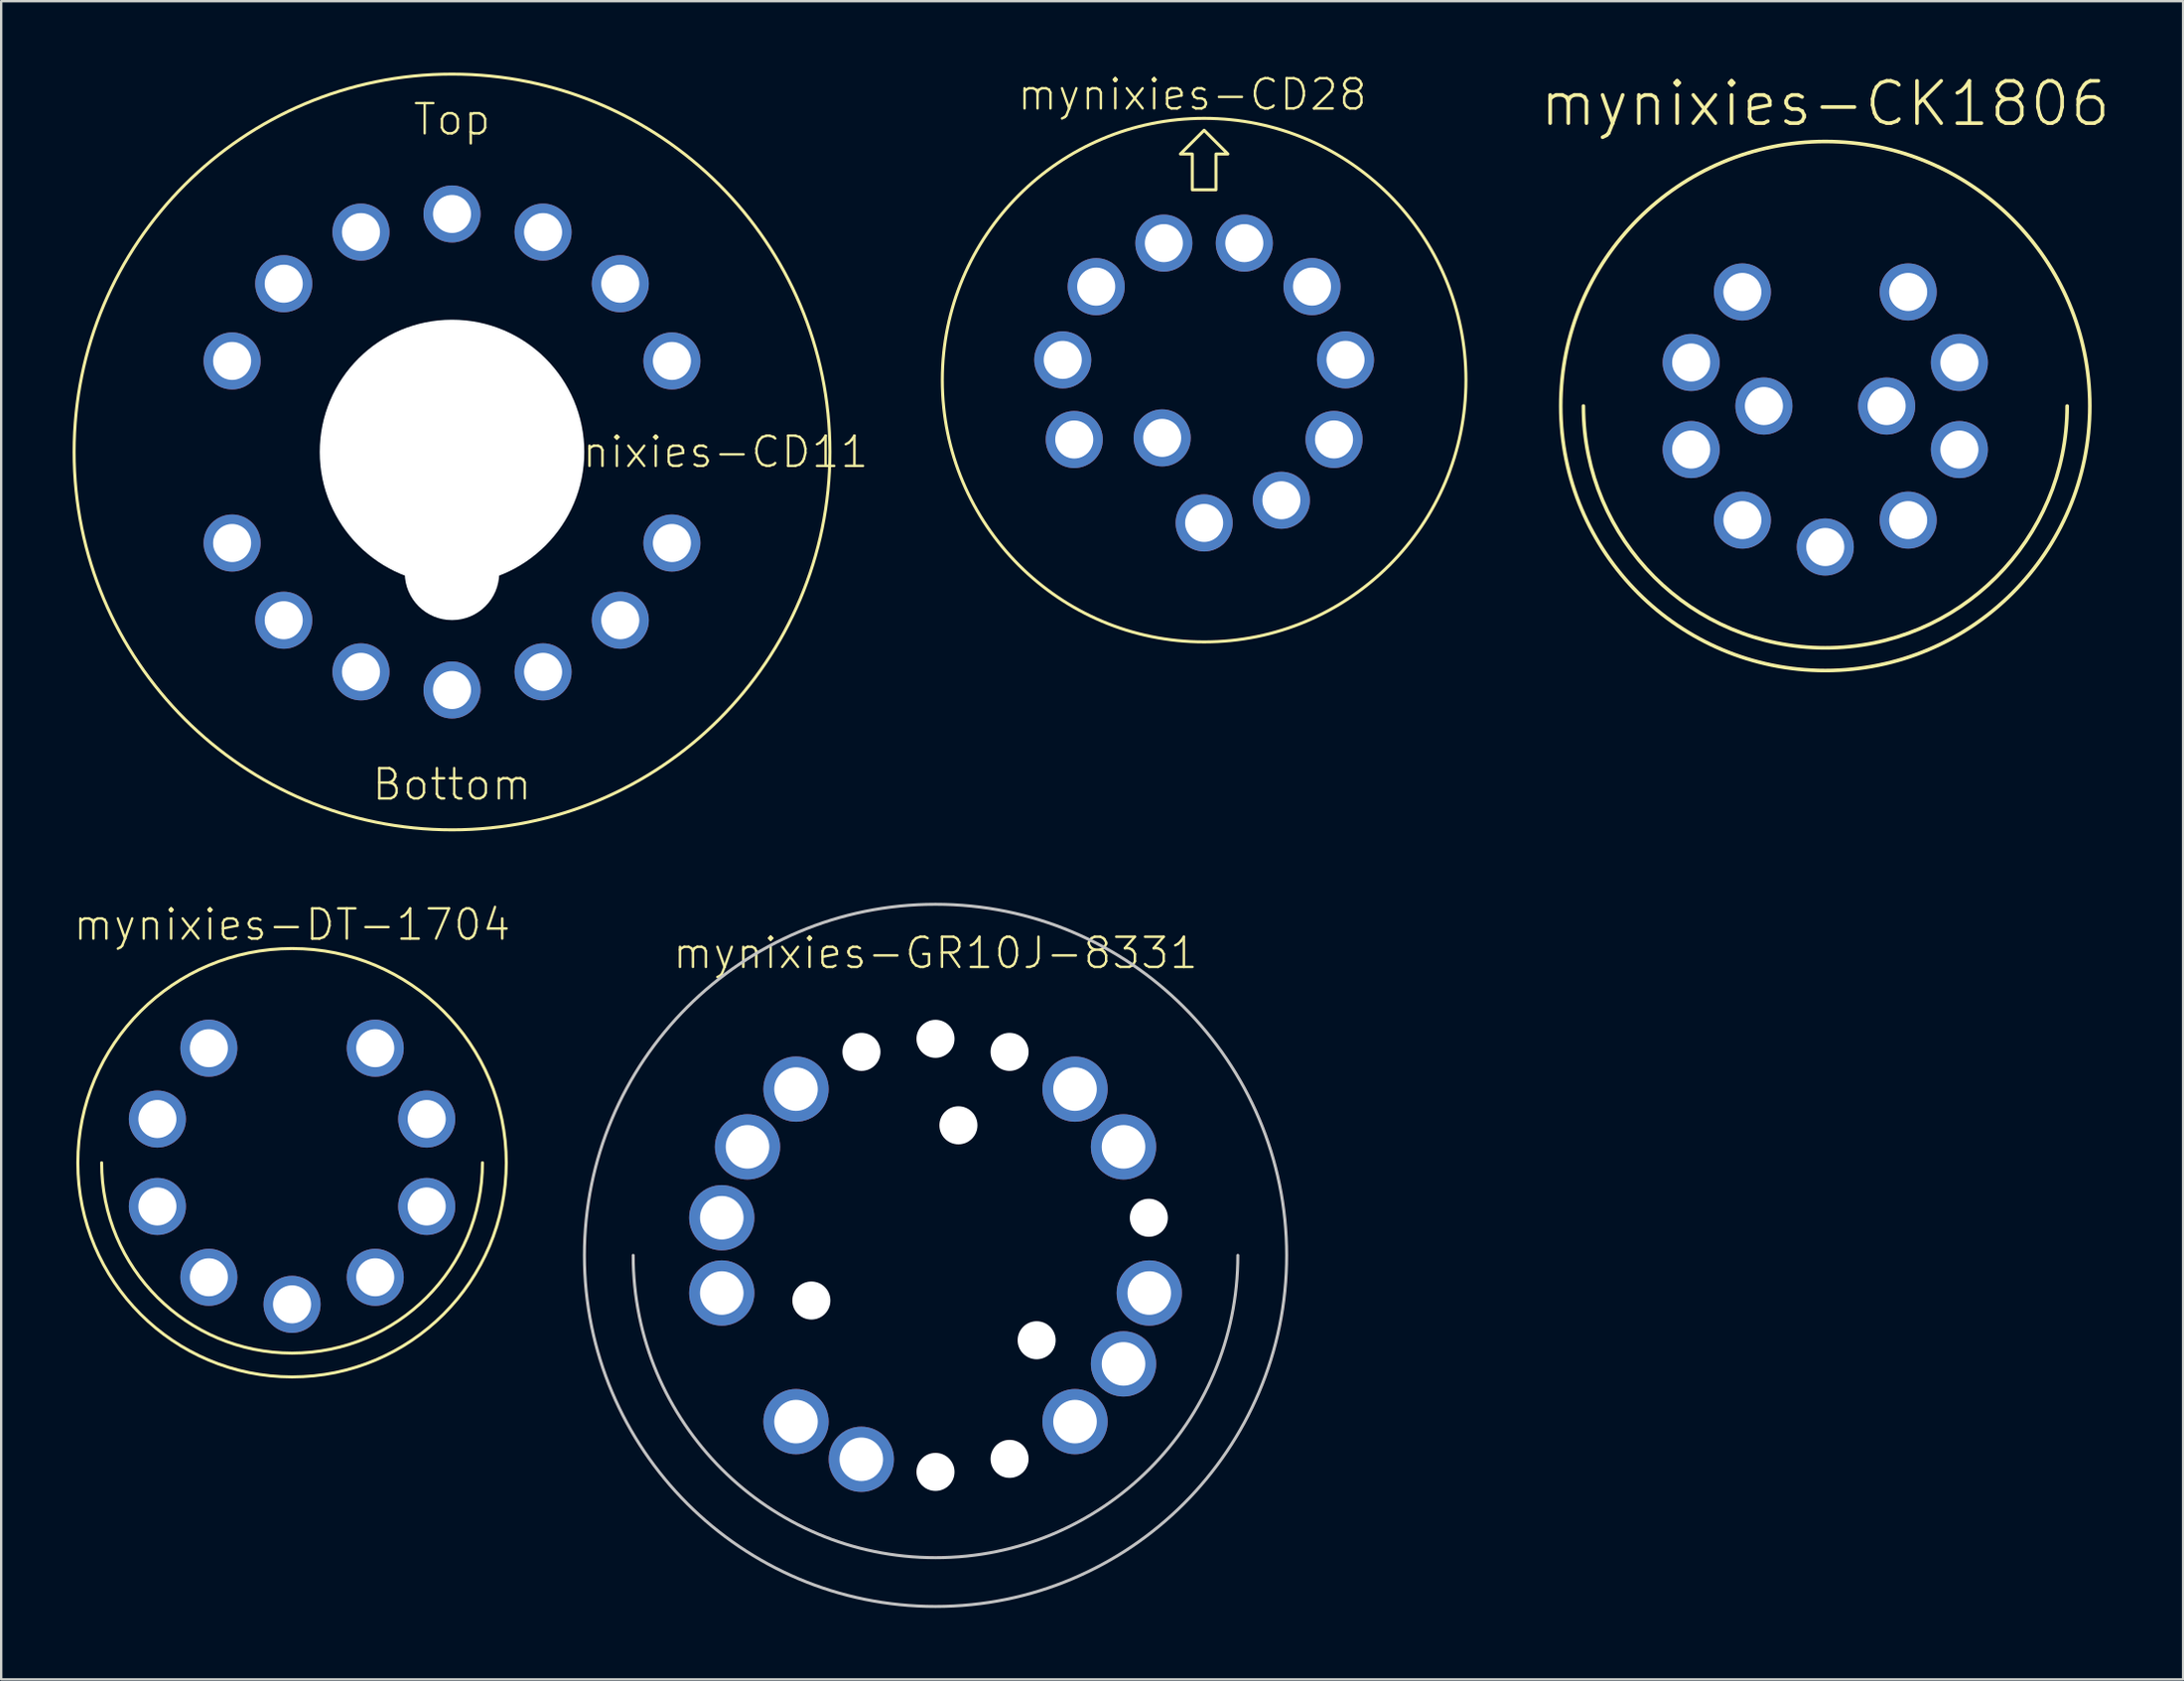
<source format=kicad_pcb>
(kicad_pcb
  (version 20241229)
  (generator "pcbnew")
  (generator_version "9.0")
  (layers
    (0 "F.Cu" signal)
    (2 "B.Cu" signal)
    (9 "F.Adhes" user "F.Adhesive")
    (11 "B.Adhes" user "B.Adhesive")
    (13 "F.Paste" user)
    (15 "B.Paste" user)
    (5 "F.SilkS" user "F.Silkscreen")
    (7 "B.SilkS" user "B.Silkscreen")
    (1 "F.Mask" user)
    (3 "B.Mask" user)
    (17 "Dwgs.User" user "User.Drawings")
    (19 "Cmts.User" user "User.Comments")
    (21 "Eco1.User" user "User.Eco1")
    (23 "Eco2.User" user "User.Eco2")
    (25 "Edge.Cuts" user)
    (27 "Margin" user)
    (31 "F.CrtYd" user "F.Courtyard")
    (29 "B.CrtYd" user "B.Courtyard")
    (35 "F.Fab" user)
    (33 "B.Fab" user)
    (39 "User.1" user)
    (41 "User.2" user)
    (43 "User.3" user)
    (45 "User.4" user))
  (footprint "mynixies-DT-1704"
    (layer "F.Cu")
    (at 9.218 45.798)
    (property "Reference" "mynixies-DT-1704" (at 0 -10 0) (layer "F.SilkS") (effects (font (size 1.27 1.27) (thickness 0.102))))
    (attr exclude_from_pos_files exclude_from_bom)
    (fp_arc (start 7.99846 0) (mid 0 7.99846) (end -7.99846 0) (stroke (width 0.127) (type solid)) (layer "F.SilkS"))
    (fp_circle (center 0 0) (end 0 -8.999) (stroke (width 0.127) (type solid)) (fill no) (layer "F.SilkS"))
    (pad "1" thru_hole circle (at -3.495 -4.813) (size 2.398 2.398) (drill 1.598) (layers "*.Cu" "*.Mask"))
    (pad "2" thru_hole circle (at -5.657 -1.836) (size 2.398 2.398) (drill 1.598) (layers "*.Cu" "*.Mask"))
    (pad "3" thru_hole circle (at -5.657 1.836) (size 2.398 2.398) (drill 1.598) (layers "*.Cu" "*.Mask"))
    (pad "4" thru_hole circle (at -3.495 4.813) (size 2.398 2.398) (drill 1.598) (layers "*.Cu" "*.Mask"))
    (pad "5" thru_hole circle (at 0 5.949) (size 2.398 2.398) (drill 1.598) (layers "*.Cu" "*.Mask"))
    (pad "6" thru_hole circle (at 3.495 4.813) (size 2.398 2.398) (drill 1.598) (layers "*.Cu" "*.Mask"))
    (pad "7" thru_hole circle (at 5.657 1.836) (size 2.398 2.398) (drill 1.598) (layers "*.Cu" "*.Mask"))
    (pad "8" thru_hole circle (at 5.657 -1.836) (size 2.398 2.398) (drill 1.598) (layers "*.Cu" "*.Mask"))
    (pad "9" thru_hole circle (at 3.495 -4.813) (size 2.398 2.398) (drill 1.598) (layers "*.Cu" "*.Mask")))
  (footprint "mynixies-CK1806"
    (layer "F.Cu")
    (at 73.626 14.008)
    (property "Reference" "mynixies-CK1806" (at 0 -12.7 0) (layer "F.SilkS") (effects (font (size 1.778 1.778) (thickness 0.152))))
    (attr exclude_from_pos_files exclude_from_bom)
    (fp_arc (start 10.16 0) (mid 0 10.16) (end -10.16 0) (stroke (width 0.1524) (type solid)) (layer "F.SilkS"))
    (fp_circle (center 0 0) (end 0 -11.113) (stroke (width 0.152) (type solid)) (fill no) (layer "F.SilkS"))
    (pad "P$1" thru_hole circle (at -3.482 -4.793) (size 2.398 2.398) (drill 1.598) (layers "*.Cu" "*.Mask"))
    (pad "P$2" thru_hole circle (at -5.634 -1.829) (size 2.398 2.398) (drill 1.598) (layers "*.Cu" "*.Mask"))
    (pad "P$3" thru_hole circle (at -5.634 1.829) (size 2.398 2.398) (drill 1.598) (layers "*.Cu" "*.Mask"))
    (pad "P$4" thru_hole circle (at -3.482 4.793) (size 2.398 2.398) (drill 1.598) (layers "*.Cu" "*.Mask"))
    (pad "P$5" thru_hole circle (at 0 5.923) (size 2.398 2.398) (drill 1.598) (layers "*.Cu" "*.Mask"))
    (pad "P$6" thru_hole circle (at 3.482 4.793) (size 2.398 2.398) (drill 1.598) (layers "*.Cu" "*.Mask"))
    (pad "P$7" thru_hole circle (at 5.634 1.829) (size 2.398 2.398) (drill 1.598) (layers "*.Cu" "*.Mask"))
    (pad "P$8" thru_hole circle (at 5.634 -1.829) (size 2.398 2.398) (drill 1.598) (layers "*.Cu" "*.Mask"))
    (pad "P$9" thru_hole circle (at 3.482 -4.793) (size 2.398 2.398) (drill 1.598) (layers "*.Cu" "*.Mask"))
    (pad "P$10" thru_hole circle (at -2.578 0) (size 2.398 2.398) (drill 1.598) (layers "*.Cu" "*.Mask"))
    (pad "P$11" thru_hole circle (at 2.578 0) (size 2.398 2.398) (drill 1.598) (layers "*.Cu" "*.Mask")))
  (footprint "mynixies-CD11"
    (layer "F.Cu")
    (at 15.938 15.938)
    (property "Reference" "mynixies-CD11" (at 10.16 0 0) (layer "F.SilkS") (effects (font (size 1.27 1.27) (thickness 0.102))))
    (attr exclude_from_pos_files exclude_from_bom)
    (fp_circle (center 0 0) (end 0 -15.875) (stroke (width 0.127) (type solid)) (fill no) (layer "F.SilkS"))
    (fp_text user "Top" (at 0 -13.97 0) (layer "F.SilkS") (effects (font (size 1.27 1.27) (thickness 0.102))))
    (fp_text user "Bottom" (at 0 13.97 0) (layer "F.SilkS") (effects (font (size 1.27 1.27) (thickness 0.102))))
    (pad "" np_thru_hole circle (at 0 0) (size 11.113 11.113) (drill 11.113) (layers "*.Cu" "*.Mask"))
    (pad "" np_thru_hole circle (at 0 5.08) (size 3.967 3.967) (drill 3.967) (layers "*.Cu" "*.Mask"))
    (pad "0" thru_hole circle (at -3.825 -9.238) (size 2.398 2.398) (drill 1.598) (layers "*.Cu" "*.Mask"))
    (pad "1" thru_hole circle (at -9.238 3.825) (size 2.398 2.398) (drill 1.598) (layers "*.Cu" "*.Mask"))
    (pad "2" thru_hole circle (at -7.069 7.069) (size 2.398 2.398) (drill 1.598) (layers "*.Cu" "*.Mask"))
    (pad "3" thru_hole circle (at -3.825 9.238) (size 2.398 2.398) (drill 1.598) (layers "*.Cu" "*.Mask"))
    (pad "4" thru_hole circle (at 3.825 9.238) (size 2.398 2.398) (drill 1.598) (layers "*.Cu" "*.Mask"))
    (pad "5" thru_hole circle (at 7.069 7.069) (size 2.398 2.398) (drill 1.598) (layers "*.Cu" "*.Mask"))
    (pad "6" thru_hole circle (at 9.238 3.825) (size 2.398 2.398) (drill 1.598) (layers "*.Cu" "*.Mask"))
    (pad "7" thru_hole circle (at 9.238 -3.825) (size 2.398 2.398) (drill 1.598) (layers "*.Cu" "*.Mask"))
    (pad "8" thru_hole circle (at 7.069 -7.069) (size 2.398 2.398) (drill 1.598) (layers "*.Cu" "*.Mask"))
    (pad "9" thru_hole circle (at 3.825 -9.238) (size 2.398 2.398) (drill 1.598) (layers "*.Cu" "*.Mask"))
    (pad "A" thru_hole circle (at -9.238 -3.825) (size 2.398 2.398) (drill 1.598) (layers "*.Cu" "*.Mask"))
    (pad "B" thru_hole circle (at 0 10) (size 2.398 2.398) (drill 1.598) (layers "*.Cu" "*.Mask"))
    (pad "NC@1" thru_hole circle (at -7.069 -7.069) (size 2.398 2.398) (drill 1.598) (layers "*.Cu" "*.Mask"))
    (pad "T" thru_hole circle (at 0 -10) (size 2.398 2.398) (drill 1.598) (layers "*.Cu" "*.Mask")))
  (footprint "mynixies-GR10J-8331"
    (layer "F.Cu")
    (at 36.249 49.69)
    (property "Reference" "mynixies-GR10J-8331" (at 0 -12.7 0) (layer "F.SilkS") (effects (font (size 1.27 1.27) (thickness 0.102))))
    (attr exclude_from_pos_files exclude_from_bom)
    (fp_arc (start 12.7 0) (mid 0 12.7) (end -12.7 0) (stroke (width 0.127) (type solid)) (layer "Dwgs.User"))
    (fp_circle (center 0 0) (end 0 -14.75) (stroke (width 0.127) (type solid)) (fill no) (layer "Dwgs.User"))
    (pad "" np_thru_hole circle (at -5.215 1.897) (size 1.598 1.598) (drill 1.598) (layers "*.Cu" "*.Mask"))
    (pad "" np_thru_hole circle (at -3.111 -8.55) (size 1.598 1.598) (drill 1.598) (layers "*.Cu" "*.Mask"))
    (pad "" np_thru_hole circle (at 0 -9.098) (size 1.598 1.598) (drill 1.598) (layers "*.Cu" "*.Mask"))
    (pad "" np_thru_hole circle (at 0 9.098) (size 1.598 1.598) (drill 1.598) (layers "*.Cu" "*.Mask"))
    (pad "" np_thru_hole circle (at 0.963 -5.464) (size 1.598 1.598) (drill 1.598) (layers "*.Cu" "*.Mask"))
    (pad "" np_thru_hole circle (at 3.111 -8.55) (size 1.598 1.598) (drill 1.598) (layers "*.Cu" "*.Mask"))
    (pad "" np_thru_hole circle (at 3.111 8.55) (size 1.598 1.598) (drill 1.598) (layers "*.Cu" "*.Mask"))
    (pad "" np_thru_hole circle (at 4.249 3.566) (size 1.598 1.598) (drill 1.598) (layers "*.Cu" "*.Mask"))
    (pad "" np_thru_hole circle (at 8.961 -1.58) (size 1.598 1.598) (drill 1.598) (layers "*.Cu" "*.Mask"))
    (pad "P$1" thru_hole circle (at -5.86 6.985) (size 2.743 2.743) (drill 1.829) (layers "*.Cu" "*.Mask"))
    (pad "P$2" thru_hole circle (at -3.117 8.567) (size 2.743 2.743) (drill 1.829) (layers "*.Cu" "*.Mask"))
    (pad "P$5" thru_hole circle (at 5.86 6.985) (size 2.743 2.743) (drill 1.829) (layers "*.Cu" "*.Mask"))
    (pad "P$6" thru_hole circle (at 7.897 4.559) (size 2.743 2.743) (drill 1.829) (layers "*.Cu" "*.Mask"))
    (pad "P$7" thru_hole circle (at 8.979 1.582) (size 2.743 2.743) (drill 1.829) (layers "*.Cu" "*.Mask"))
    (pad "P$9" thru_hole circle (at 7.897 -4.559) (size 2.743 2.743) (drill 1.829) (layers "*.Cu" "*.Mask"))
    (pad "P$10" thru_hole circle (at 5.86 -6.985) (size 2.743 2.743) (drill 1.829) (layers "*.Cu" "*.Mask"))
    (pad "P$14" thru_hole circle (at -5.86 -6.985) (size 2.743 2.743) (drill 1.829) (layers "*.Cu" "*.Mask"))
    (pad "P$15" thru_hole circle (at -7.897 -4.559) (size 2.743 2.743) (drill 1.829) (layers "*.Cu" "*.Mask"))
    (pad "P$16" thru_hole circle (at -8.979 -1.582) (size 2.743 2.743) (drill 1.829) (layers "*.Cu" "*.Mask"))
    (pad "P$17" thru_hole circle (at -8.979 1.582) (size 2.743 2.743) (drill 1.829) (layers "*.Cu" "*.Mask")))
  (footprint "mynixies-CD28"
    (layer "F.Cu")
    (at 47.533 12.92)
    (property "Reference" "mynixies-CD28" (at -0.498 -11.999 0) (layer "F.SilkS") (effects (font (size 1.27 1.27) (thickness 0.102))))
    (attr exclude_from_pos_files exclude_from_bom)
    (fp_circle (center 0 0) (end 0 -10.998) (stroke (width 0.127) (type solid)) (fill no) (layer "F.SilkS"))
    (fp_poly (pts (xy 0.498 -7.998) (xy -0.498 -7.998) (xy -0.498 -9.5) (xy -0.998 -9.5) (xy 0 -10.498) (xy 0.998 -9.5) (xy 0.498 -9.5) (xy 0.498 -7.998)) (stroke (width 0.127) (type solid)) (fill no) (layer "F.SilkS"))
    (pad "P$0" thru_hole circle (at -5.456 2.494) (size 2.398 2.398) (drill 1.598) (layers "*.Cu" "*.Mask"))
    (pad "P$1" thru_hole circle (at 0 5.999) (size 2.398 2.398) (drill 1.598) (layers "*.Cu" "*.Mask"))
    (pad "P$2" thru_hole circle (at 3.244 5.047) (size 2.398 2.398) (drill 1.598) (layers "*.Cu" "*.Mask"))
    (pad "P$3" thru_hole circle (at 5.456 2.492) (size 2.398 2.398) (drill 1.598) (layers "*.Cu" "*.Mask"))
    (pad "P$4" thru_hole circle (at 5.939 -0.853) (size 2.398 2.398) (drill 1.598) (layers "*.Cu" "*.Mask"))
    (pad "P$5" thru_hole circle (at 4.531 -3.929) (size 2.398 2.398) (drill 1.598) (layers "*.Cu" "*.Mask"))
    (pad "P$6" thru_hole circle (at 1.687 -5.756) (size 2.398 2.398) (drill 1.598) (layers "*.Cu" "*.Mask"))
    (pad "P$7" thru_hole circle (at -1.692 -5.756) (size 2.398 2.398) (drill 1.598) (layers "*.Cu" "*.Mask"))
    (pad "P$8" thru_hole circle (at -4.534 -3.927) (size 2.398 2.398) (drill 1.598) (layers "*.Cu" "*.Mask"))
    (pad "P$9" thru_hole circle (at -5.939 -0.851) (size 2.398 2.398) (drill 1.598) (layers "*.Cu" "*.Mask"))
    (pad "P$A" thru_hole circle (at -1.763 2.426) (size 2.398 2.398) (drill 1.598) (layers "*.Cu" "*.Mask")))
  (gr_rect
    (start -3 -3)
    (end 88.657 67.504)
    (stroke (width 0.1) (type default))
    (fill no)
    (layer "Edge.Cuts")))
</source>
